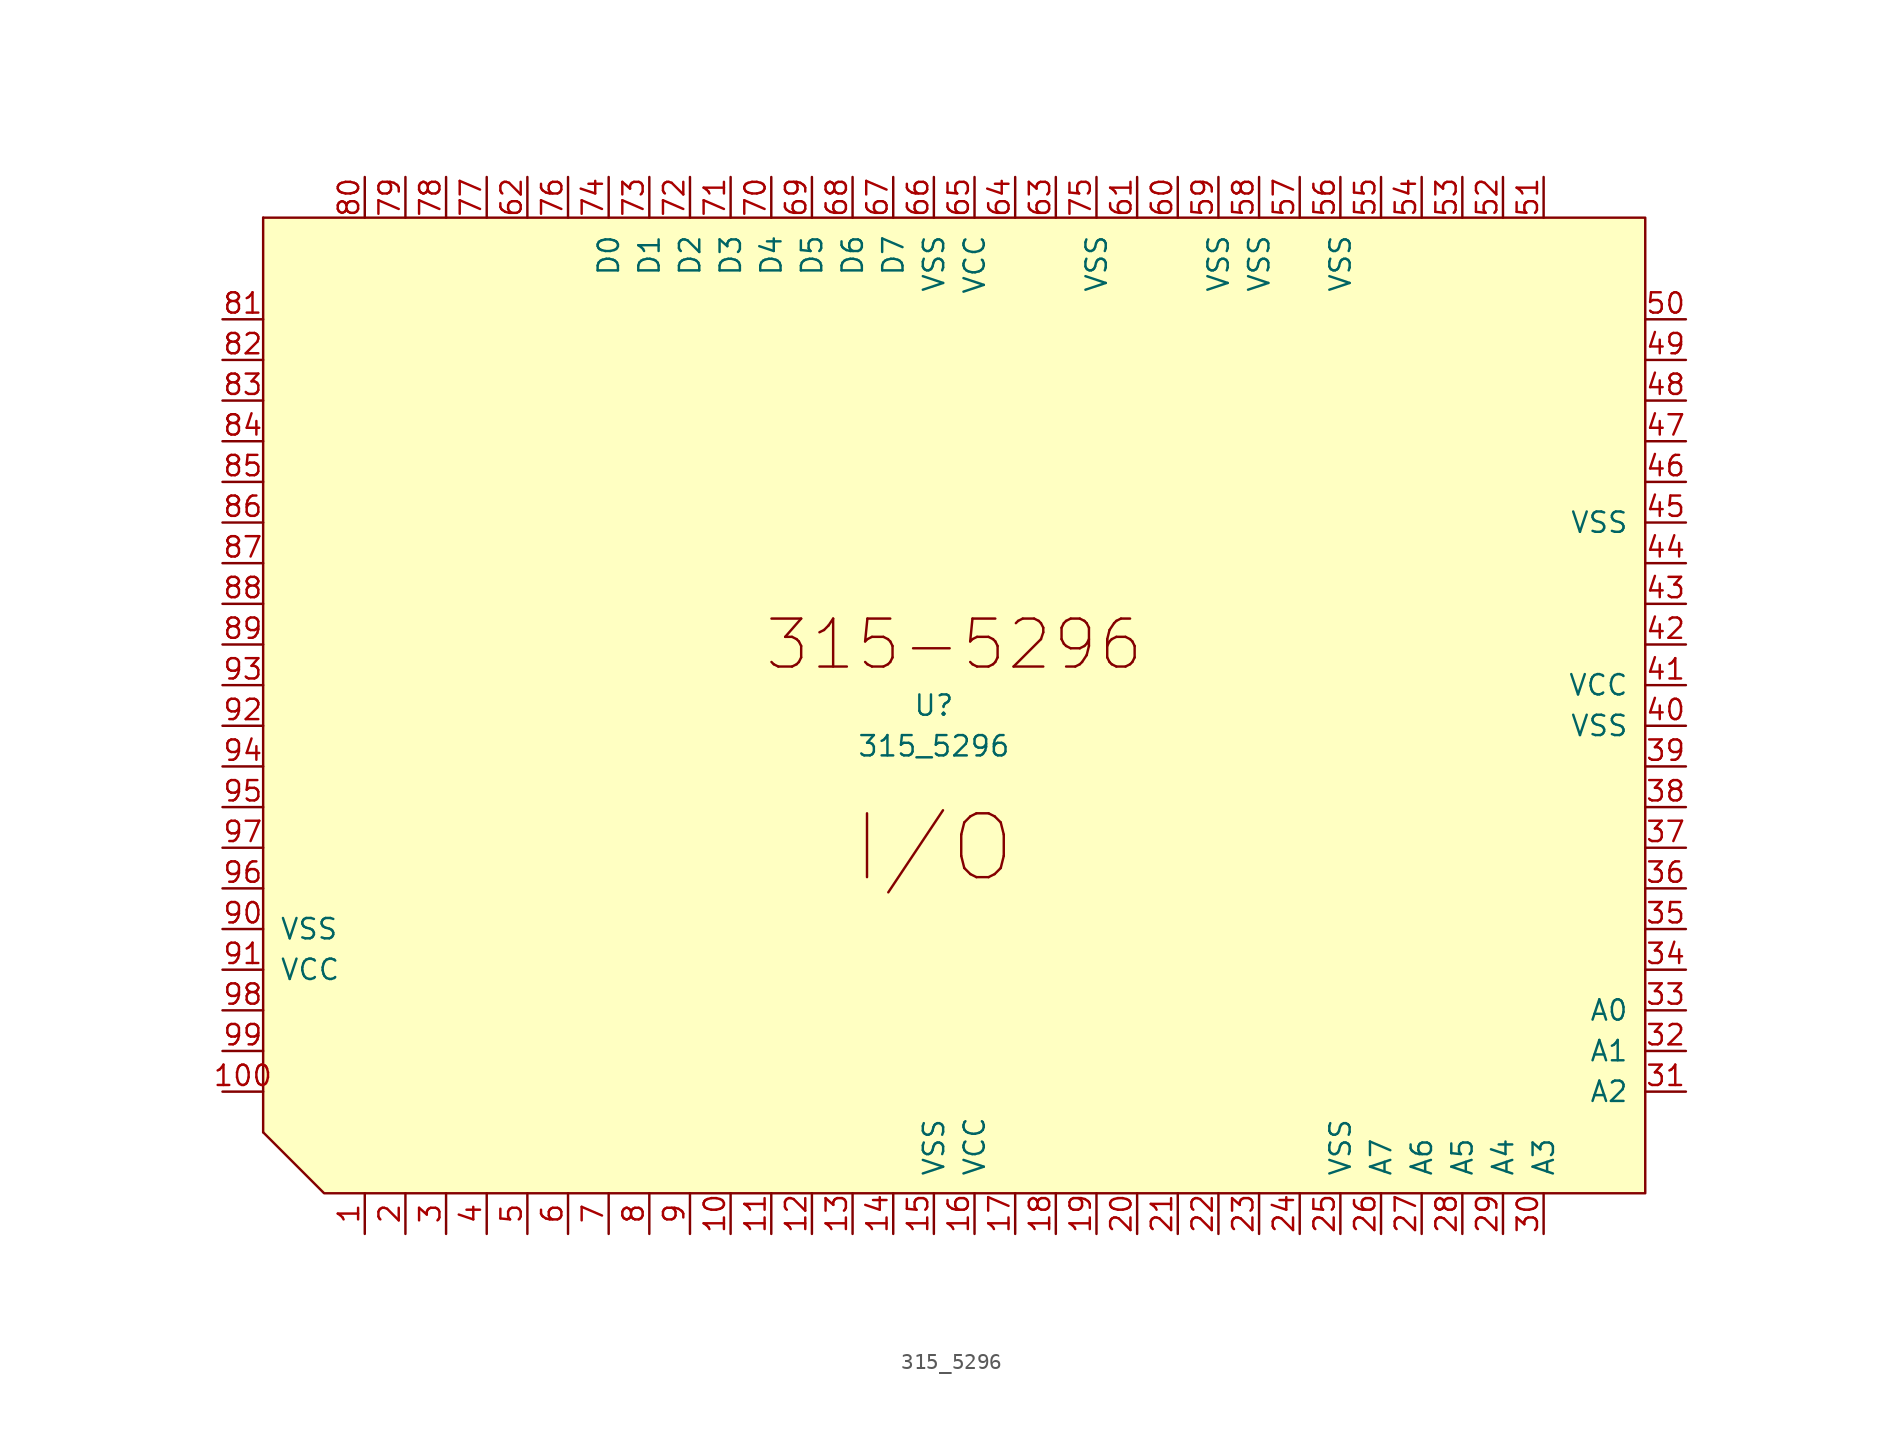
<source format=kicad_sym>
(kicad_symbol_lib
  (version 20211014)
  (generator kicad_symbol_editor)
  (symbol "315_5296"
    (pin_names
      (offset 1.016))
    (property "Reference" "U"
      (at 0 1.27 0)
      (effects (font (size 1.27 1.27))))
    (property "Value" "315_5296"
      (at 0 -1.27 0)
      (effects (font (size 1.27 1.27))))
    (symbol "315_5296_0_0"
      (text "315-5296" (at 1.27 5.08 0) (effects (font (size 2.997 2.997))))
      (text "I/O" (at 0 -7.62 0) (effects (font (size 3.988 3.988)))))
    (symbol "315_5296_0_1"
      (polyline (pts (xy -41.91 31.75) (xy -41.91 -25.4)) (stroke (width 0) (type default) (color 0 0 0 0)) (fill (type none)))
      (polyline (pts (xy -41.91 -25.4) (xy -38.1 -29.21) (xy 44.45 -29.21) (xy 44.45 31.75) (xy -41.91 31.75)) (stroke (width 0) (type default) (color 0 0 0 0)) (fill (type background))))
    (symbol "315_5296_1_1"
      (pin input line (at -35.56 -31.75 90) (length 2.54) (name "~" (effects (font (size 1.27 1.27)))) (number "1" (effects (font (size 1.27 1.27)))))
      (pin input line (at -12.7 -31.75 90) (length 2.54) (name "~" (effects (font (size 1.27 1.27)))) (number "10" (effects (font (size 1.27 1.27)))))
      (pin output line (at -44.45 -22.86 0) (length 2.54) (name "~" (effects (font (size 1.27 1.27)))) (number "100" (effects (font (size 1.27 1.27)))))
      (pin input line (at -10.16 -31.75 90) (length 2.54) (name "~" (effects (font (size 1.27 1.27)))) (number "11" (effects (font (size 1.27 1.27)))))
      (pin input line (at -7.62 -31.75 90) (length 2.54) (name "~" (effects (font (size 1.27 1.27)))) (number "12" (effects (font (size 1.27 1.27)))))
      (pin input line (at -5.08 -31.75 90) (length 2.54) (name "~" (effects (font (size 1.27 1.27)))) (number "13" (effects (font (size 1.27 1.27)))))
      (pin input line (at -2.54 -31.75 90) (length 2.54) (name "~" (effects (font (size 1.27 1.27)))) (number "14" (effects (font (size 1.27 1.27)))))
      (pin power_in line (at 0 -31.75 90) (length 2.54) (name "VSS" (effects (font (size 1.27 1.27)))) (number "15" (effects (font (size 1.27 1.27)))))
      (pin power_in line (at 2.54 -31.75 90) (length 2.54) (name "VCC" (effects (font (size 1.27 1.27)))) (number "16" (effects (font (size 1.27 1.27)))))
      (pin input line (at 5.08 -31.75 90) (length 2.54) (name "~" (effects (font (size 1.27 1.27)))) (number "17" (effects (font (size 1.27 1.27)))))
      (pin input line (at 7.62 -31.75 90) (length 2.54) (name "~" (effects (font (size 1.27 1.27)))) (number "18" (effects (font (size 1.27 1.27)))))
      (pin input line (at 10.16 -31.75 90) (length 2.54) (name "~" (effects (font (size 1.27 1.27)))) (number "19" (effects (font (size 1.27 1.27)))))
      (pin input line (at -33.02 -31.75 90) (length 2.54) (name "~" (effects (font (size 1.27 1.27)))) (number "2" (effects (font (size 1.27 1.27)))))
      (pin input line (at 12.7 -31.75 90) (length 2.54) (name "~" (effects (font (size 1.27 1.27)))) (number "20" (effects (font (size 1.27 1.27)))))
      (pin input line (at 15.24 -31.75 90) (length 2.54) (name "~" (effects (font (size 1.27 1.27)))) (number "21" (effects (font (size 1.27 1.27)))))
      (pin input line (at 17.78 -31.75 90) (length 2.54) (name "~" (effects (font (size 1.27 1.27)))) (number "22" (effects (font (size 1.27 1.27)))))
      (pin input line (at 20.32 -31.75 90) (length 2.54) (name "~" (effects (font (size 1.27 1.27)))) (number "23" (effects (font (size 1.27 1.27)))))
      (pin input line (at 22.86 -31.75 90) (length 2.54) (name "~" (effects (font (size 1.27 1.27)))) (number "24" (effects (font (size 1.27 1.27)))))
      (pin power_in line (at 25.4 -31.75 90) (length 2.54) (name "VSS" (effects (font (size 1.27 1.27)))) (number "25" (effects (font (size 1.27 1.27)))))
      (pin input line (at 27.94 -31.75 90) (length 2.54) (name "A7" (effects (font (size 1.27 1.27)))) (number "26" (effects (font (size 1.27 1.27)))))
      (pin input line (at 30.48 -31.75 90) (length 2.54) (name "A6" (effects (font (size 1.27 1.27)))) (number "27" (effects (font (size 1.27 1.27)))))
      (pin input line (at 33.02 -31.75 90) (length 2.54) (name "A5" (effects (font (size 1.27 1.27)))) (number "28" (effects (font (size 1.27 1.27)))))
      (pin input line (at 35.56 -31.75 90) (length 2.54) (name "A4" (effects (font (size 1.27 1.27)))) (number "29" (effects (font (size 1.27 1.27)))))
      (pin input line (at -30.48 -31.75 90) (length 2.54) (name "~" (effects (font (size 1.27 1.27)))) (number "3" (effects (font (size 1.27 1.27)))))
      (pin input line (at 38.1 -31.75 90) (length 2.54) (name "A3" (effects (font (size 1.27 1.27)))) (number "30" (effects (font (size 1.27 1.27)))))
      (pin output line (at 46.99 -22.86 180) (length 2.54) (name "A2" (effects (font (size 1.27 1.27)))) (number "31" (effects (font (size 1.27 1.27)))))
      (pin output line (at 46.99 -20.32 180) (length 2.54) (name "A1" (effects (font (size 1.27 1.27)))) (number "32" (effects (font (size 1.27 1.27)))))
      (pin output line (at 46.99 -17.78 180) (length 2.54) (name "A0" (effects (font (size 1.27 1.27)))) (number "33" (effects (font (size 1.27 1.27)))))
      (pin output line (at 46.99 -15.24 180) (length 2.54) (name "~" (effects (font (size 1.27 1.27)))) (number "34" (effects (font (size 1.27 1.27)))))
      (pin output line (at 46.99 -12.7 180) (length 2.54) (name "~" (effects (font (size 1.27 1.27)))) (number "35" (effects (font (size 1.27 1.27)))))
      (pin output line (at 46.99 -10.16 180) (length 2.54) (name "~" (effects (font (size 1.27 1.27)))) (number "36" (effects (font (size 1.27 1.27)))))
      (pin output line (at 46.99 -7.62 180) (length 2.54) (name "~" (effects (font (size 1.27 1.27)))) (number "37" (effects (font (size 1.27 1.27)))))
      (pin output line (at 46.99 -5.08 180) (length 2.54) (name "~" (effects (font (size 1.27 1.27)))) (number "38" (effects (font (size 1.27 1.27)))))
      (pin output line (at 46.99 -2.54 180) (length 2.54) (name "~" (effects (font (size 1.27 1.27)))) (number "39" (effects (font (size 1.27 1.27)))))
      (pin input line (at -27.94 -31.75 90) (length 2.54) (name "~" (effects (font (size 1.27 1.27)))) (number "4" (effects (font (size 1.27 1.27)))))
      (pin power_in line (at 46.99 0 180) (length 2.54) (name "VSS" (effects (font (size 1.27 1.27)))) (number "40" (effects (font (size 1.27 1.27)))))
      (pin power_in line (at 46.99 2.54 180) (length 2.54) (name "VCC" (effects (font (size 1.27 1.27)))) (number "41" (effects (font (size 1.27 1.27)))))
      (pin output line (at 46.99 5.08 180) (length 2.54) (name "~" (effects (font (size 1.27 1.27)))) (number "42" (effects (font (size 1.27 1.27)))))
      (pin output line (at 46.99 7.62 180) (length 2.54) (name "~" (effects (font (size 1.27 1.27)))) (number "43" (effects (font (size 1.27 1.27)))))
      (pin output line (at 46.99 10.16 180) (length 2.54) (name "~" (effects (font (size 1.27 1.27)))) (number "44" (effects (font (size 1.27 1.27)))))
      (pin power_in line (at 46.99 12.7 180) (length 2.54) (name "VSS" (effects (font (size 1.27 1.27)))) (number "45" (effects (font (size 1.27 1.27)))))
      (pin output line (at 46.99 15.24 180) (length 2.54) (name "~" (effects (font (size 1.27 1.27)))) (number "46" (effects (font (size 1.27 1.27)))))
      (pin output line (at 46.99 17.78 180) (length 2.54) (name "~" (effects (font (size 1.27 1.27)))) (number "47" (effects (font (size 1.27 1.27)))))
      (pin output line (at 46.99 20.32 180) (length 2.54) (name "~" (effects (font (size 1.27 1.27)))) (number "48" (effects (font (size 1.27 1.27)))))
      (pin output line (at 46.99 22.86 180) (length 2.54) (name "~" (effects (font (size 1.27 1.27)))) (number "49" (effects (font (size 1.27 1.27)))))
      (pin input line (at -25.4 -31.75 90) (length 2.54) (name "~" (effects (font (size 1.27 1.27)))) (number "5" (effects (font (size 1.27 1.27)))))
      (pin output line (at 46.99 25.4 180) (length 2.54) (name "~" (effects (font (size 1.27 1.27)))) (number "50" (effects (font (size 1.27 1.27)))))
      (pin input line (at 38.1 34.29 270) (length 2.54) (name "~" (effects (font (size 1.27 1.27)))) (number "51" (effects (font (size 1.27 1.27)))))
      (pin input line (at 35.56 34.29 270) (length 2.54) (name "~" (effects (font (size 1.27 1.27)))) (number "52" (effects (font (size 1.27 1.27)))))
      (pin input line (at 33.02 34.29 270) (length 2.54) (name "~" (effects (font (size 1.27 1.27)))) (number "53" (effects (font (size 1.27 1.27)))))
      (pin input line (at 30.48 34.29 270) (length 2.54) (name "~" (effects (font (size 1.27 1.27)))) (number "54" (effects (font (size 1.27 1.27)))))
      (pin input line (at 27.94 34.29 270) (length 2.54) (name "~" (effects (font (size 1.27 1.27)))) (number "55" (effects (font (size 1.27 1.27)))))
      (pin power_in line (at 25.4 34.29 270) (length 2.54) (name "VSS" (effects (font (size 1.27 1.27)))) (number "56" (effects (font (size 1.27 1.27)))))
      (pin input line (at 22.86 34.29 270) (length 2.54) (name "~" (effects (font (size 1.27 1.27)))) (number "57" (effects (font (size 1.27 1.27)))))
      (pin power_in line (at 20.32 34.29 270) (length 2.54) (name "VSS" (effects (font (size 1.27 1.27)))) (number "58" (effects (font (size 1.27 1.27)))))
      (pin power_in line (at 17.78 34.29 270) (length 2.54) (name "VSS" (effects (font (size 1.27 1.27)))) (number "59" (effects (font (size 1.27 1.27)))))
      (pin input line (at -22.86 -31.75 90) (length 2.54) (name "~" (effects (font (size 1.27 1.27)))) (number "6" (effects (font (size 1.27 1.27)))))
      (pin input line (at 15.24 34.29 270) (length 2.54) (name "~" (effects (font (size 1.27 1.27)))) (number "60" (effects (font (size 1.27 1.27)))))
      (pin input line (at 12.7 34.29 270) (length 2.54) (name "~" (effects (font (size 1.27 1.27)))) (number "61" (effects (font (size 1.27 1.27)))))
      (pin input line (at -25.4 34.29 270) (length 2.54) (name "~" (effects (font (size 1.27 1.27)))) (number "62" (effects (font (size 1.27 1.27)))))
      (pin input line (at 7.62 34.29 270) (length 2.54) (name "~" (effects (font (size 1.27 1.27)))) (number "63" (effects (font (size 1.27 1.27)))))
      (pin input line (at 5.08 34.29 270) (length 2.54) (name "~" (effects (font (size 1.27 1.27)))) (number "64" (effects (font (size 1.27 1.27)))))
      (pin power_in line (at 2.54 34.29 270) (length 2.54) (name "VCC" (effects (font (size 1.27 1.27)))) (number "65" (effects (font (size 1.27 1.27)))))
      (pin power_in line (at 0 34.29 270) (length 2.54) (name "VSS" (effects (font (size 1.27 1.27)))) (number "66" (effects (font (size 1.27 1.27)))))
      (pin input line (at -2.54 34.29 270) (length 2.54) (name "D7" (effects (font (size 1.27 1.27)))) (number "67" (effects (font (size 1.27 1.27)))))
      (pin input line (at -5.08 34.29 270) (length 2.54) (name "D6" (effects (font (size 1.27 1.27)))) (number "68" (effects (font (size 1.27 1.27)))))
      (pin input line (at -7.62 34.29 270) (length 2.54) (name "D5" (effects (font (size 1.27 1.27)))) (number "69" (effects (font (size 1.27 1.27)))))
      (pin input line (at -20.32 -31.75 90) (length 2.54) (name "~" (effects (font (size 1.27 1.27)))) (number "7" (effects (font (size 1.27 1.27)))))
      (pin input line (at -10.16 34.29 270) (length 2.54) (name "D4" (effects (font (size 1.27 1.27)))) (number "70" (effects (font (size 1.27 1.27)))))
      (pin input line (at -12.7 34.29 270) (length 2.54) (name "D3" (effects (font (size 1.27 1.27)))) (number "71" (effects (font (size 1.27 1.27)))))
      (pin input line (at -15.24 34.29 270) (length 2.54) (name "D2" (effects (font (size 1.27 1.27)))) (number "72" (effects (font (size 1.27 1.27)))))
      (pin input line (at -17.78 34.29 270) (length 2.54) (name "D1" (effects (font (size 1.27 1.27)))) (number "73" (effects (font (size 1.27 1.27)))))
      (pin input line (at -20.32 34.29 270) (length 2.54) (name "D0" (effects (font (size 1.27 1.27)))) (number "74" (effects (font (size 1.27 1.27)))))
      (pin power_in line (at 10.16 34.29 270) (length 2.54) (name "VSS" (effects (font (size 1.27 1.27)))) (number "75" (effects (font (size 1.27 1.27)))))
      (pin input line (at -22.86 34.29 270) (length 2.54) (name "~" (effects (font (size 1.27 1.27)))) (number "76" (effects (font (size 1.27 1.27)))))
      (pin input line (at -27.94 34.29 270) (length 2.54) (name "~" (effects (font (size 1.27 1.27)))) (number "77" (effects (font (size 1.27 1.27)))))
      (pin input line (at -30.48 34.29 270) (length 2.54) (name "~" (effects (font (size 1.27 1.27)))) (number "78" (effects (font (size 1.27 1.27)))))
      (pin input line (at -33.02 34.29 270) (length 2.54) (name "~" (effects (font (size 1.27 1.27)))) (number "79" (effects (font (size 1.27 1.27)))))
      (pin input line (at -17.78 -31.75 90) (length 2.54) (name "~" (effects (font (size 1.27 1.27)))) (number "8" (effects (font (size 1.27 1.27)))))
      (pin input line (at -35.56 34.29 270) (length 2.54) (name "~" (effects (font (size 1.27 1.27)))) (number "80" (effects (font (size 1.27 1.27)))))
      (pin output line (at -44.45 25.4 0) (length 2.54) (name "~" (effects (font (size 1.27 1.27)))) (number "81" (effects (font (size 1.27 1.27)))))
      (pin output line (at -44.45 22.86 0) (length 2.54) (name "~" (effects (font (size 1.27 1.27)))) (number "82" (effects (font (size 1.27 1.27)))))
      (pin output line (at -44.45 20.32 0) (length 2.54) (name "~" (effects (font (size 1.27 1.27)))) (number "83" (effects (font (size 1.27 1.27)))))
      (pin output line (at -44.45 17.78 0) (length 2.54) (name "~" (effects (font (size 1.27 1.27)))) (number "84" (effects (font (size 1.27 1.27)))))
      (pin output line (at -44.45 15.24 0) (length 2.54) (name "~" (effects (font (size 1.27 1.27)))) (number "85" (effects (font (size 1.27 1.27)))))
      (pin output line (at -44.45 12.7 0) (length 2.54) (name "~" (effects (font (size 1.27 1.27)))) (number "86" (effects (font (size 1.27 1.27)))))
      (pin output line (at -44.45 10.16 0) (length 2.54) (name "~" (effects (font (size 1.27 1.27)))) (number "87" (effects (font (size 1.27 1.27)))))
      (pin output line (at -44.45 7.62 0) (length 2.54) (name "~" (effects (font (size 1.27 1.27)))) (number "88" (effects (font (size 1.27 1.27)))))
      (pin output line (at -44.45 5.08 0) (length 2.54) (name "~" (effects (font (size 1.27 1.27)))) (number "89" (effects (font (size 1.27 1.27)))))
      (pin input line (at -15.24 -31.75 90) (length 2.54) (name "~" (effects (font (size 1.27 1.27)))) (number "9" (effects (font (size 1.27 1.27)))))
      (pin power_in line (at -44.45 -12.7 0) (length 2.54) (name "VSS" (effects (font (size 1.27 1.27)))) (number "90" (effects (font (size 1.27 1.27)))))
      (pin power_in line (at -44.45 -15.24 0) (length 2.54) (name "VCC" (effects (font (size 1.27 1.27)))) (number "91" (effects (font (size 1.27 1.27)))))
      (pin output line (at -44.45 0 0) (length 2.54) (name "~" (effects (font (size 1.27 1.27)))) (number "92" (effects (font (size 1.27 1.27)))))
      (pin output line (at -44.45 2.54 0) (length 2.54) (name "~" (effects (font (size 1.27 1.27)))) (number "93" (effects (font (size 1.27 1.27)))))
      (pin output line (at -44.45 -2.54 0) (length 2.54) (name "~" (effects (font (size 1.27 1.27)))) (number "94" (effects (font (size 1.27 1.27)))))
      (pin output line (at -44.45 -5.08 0) (length 2.54) (name "~" (effects (font (size 1.27 1.27)))) (number "95" (effects (font (size 1.27 1.27)))))
      (pin output line (at -44.45 -10.16 0) (length 2.54) (name "~" (effects (font (size 1.27 1.27)))) (number "96" (effects (font (size 1.27 1.27)))))
      (pin output line (at -44.45 -7.62 0) (length 2.54) (name "~" (effects (font (size 1.27 1.27)))) (number "97" (effects (font (size 1.27 1.27)))))
      (pin output line (at -44.45 -17.78 0) (length 2.54) (name "~" (effects (font (size 1.27 1.27)))) (number "98" (effects (font (size 1.27 1.27)))))
      (pin output line (at -44.45 -20.32 0) (length 2.54) (name "~" (effects (font (size 1.27 1.27)))) (number "99" (effects (font (size 1.27 1.27))))))))
</source>
